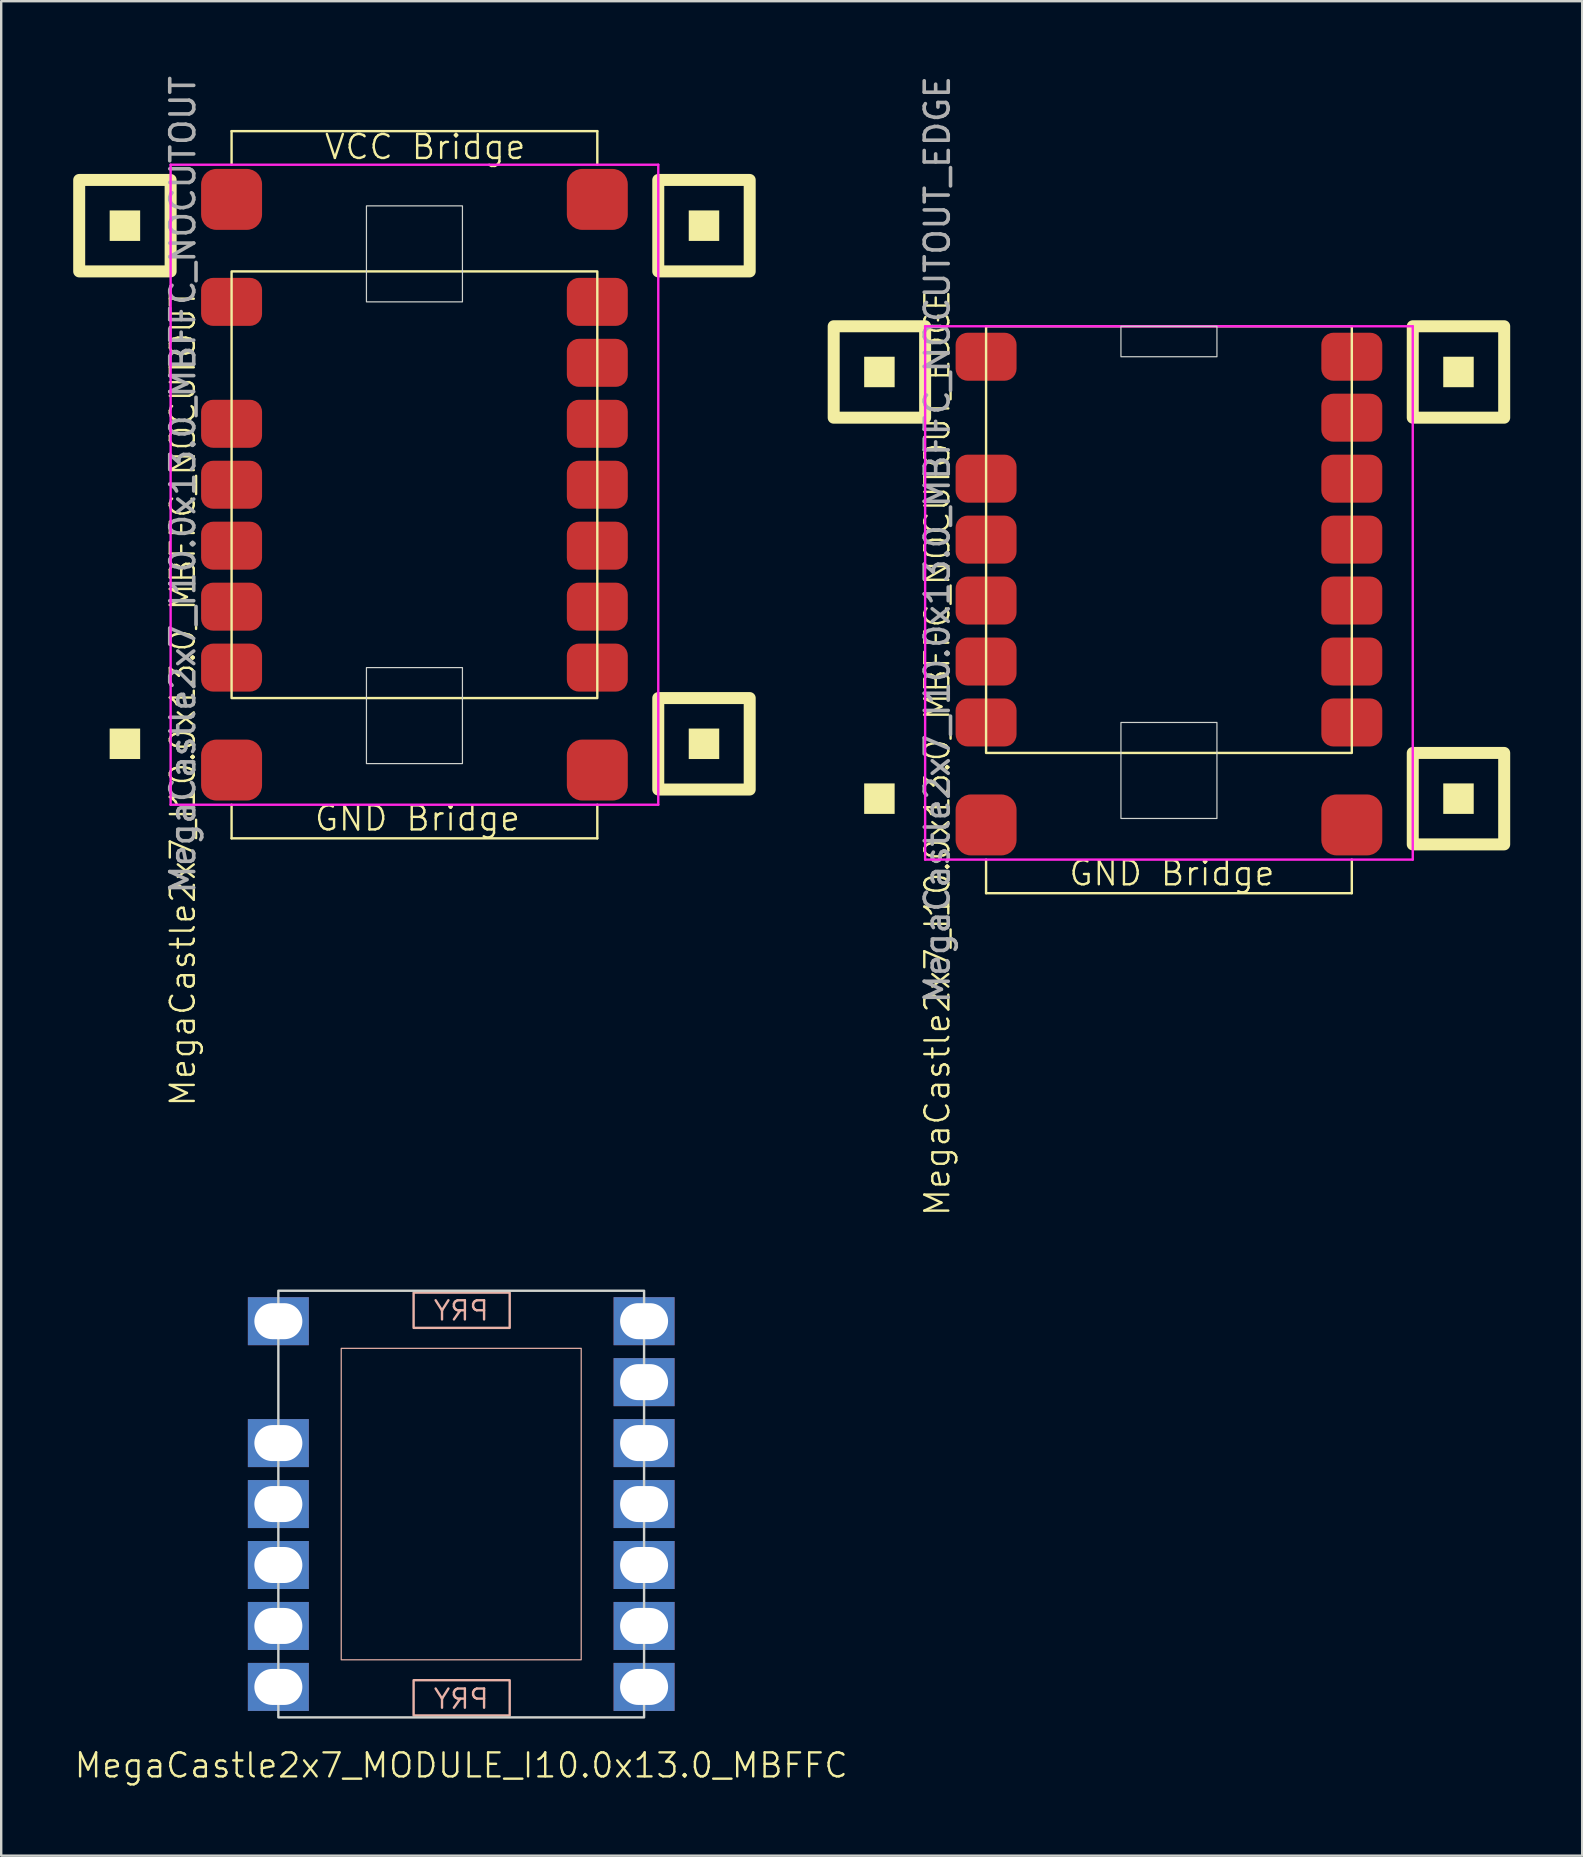
<source format=kicad_pcb>
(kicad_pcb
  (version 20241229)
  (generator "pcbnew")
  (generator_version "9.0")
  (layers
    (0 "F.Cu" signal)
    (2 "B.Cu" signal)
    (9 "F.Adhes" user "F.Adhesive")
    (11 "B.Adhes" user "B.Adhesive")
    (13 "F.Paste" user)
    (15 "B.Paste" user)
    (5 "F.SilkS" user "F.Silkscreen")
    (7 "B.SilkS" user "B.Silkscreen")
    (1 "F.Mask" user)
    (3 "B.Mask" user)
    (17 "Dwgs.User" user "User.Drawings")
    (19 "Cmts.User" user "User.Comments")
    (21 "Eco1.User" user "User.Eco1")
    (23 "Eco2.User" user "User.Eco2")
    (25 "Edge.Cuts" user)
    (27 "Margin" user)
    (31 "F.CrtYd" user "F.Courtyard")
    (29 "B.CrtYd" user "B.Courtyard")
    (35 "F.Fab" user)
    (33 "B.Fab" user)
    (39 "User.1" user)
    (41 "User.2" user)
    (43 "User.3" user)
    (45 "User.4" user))
  (footprint "MegaCastle2x7_I10.0x13.0_MBFFC_NOCUTOUT_EDGE"
    (layer "F.Cu")
    (at 45.66 19.435)
    (property "Reference" "MegaCastle2x7_I10.0x13.0_MBFFC_NOCUTOUT_EDGE" (at -9.652 8.89 90) (unlocked yes) (layer "F.SilkS") (effects (font (size 1 1) (thickness 0.1))))
    (attr smd)
    (fp_line (start -7.62 13.335) (end -7.62 14.735) (stroke (width 0.1) (type default)) (layer "F.SilkS"))
    (fp_line (start -7.62 14.735) (end 7.62 14.735) (stroke (width 0.1) (type default)) (layer "F.SilkS"))
    (fp_line (start 7.62 13.335) (end 7.62 14.735) (stroke (width 0.1) (type default)) (layer "F.SilkS"))
    (fp_rect (start -11.43 -6.35) (end -12.7 -7.62) (stroke (width 0) (type solid)) (fill yes) (layer "F.SilkS"))
    (fp_rect (start -11.43 11.43) (end -12.7 10.16) (stroke (width 0) (type solid)) (fill yes) (layer "F.SilkS"))
    (fp_rect (start -10.16 -5.08) (end -13.97 -8.89) (stroke (width 0.5) (type default)) (fill no) (layer "F.SilkS"))
    (fp_rect (start -7.62 -8.89) (end 7.62 8.89) (stroke (width 0.1) (type default)) (fill no) (layer "F.SilkS"))
    (fp_rect (start 12.7 -6.35) (end 11.43 -7.62) (stroke (width 0) (type solid)) (fill yes) (layer "F.SilkS"))
    (fp_rect (start 12.7 11.43) (end 11.43 10.16) (stroke (width 0) (type solid)) (fill yes) (layer "F.SilkS"))
    (fp_rect (start 13.97 -5.08) (end 10.16 -8.89) (stroke (width 0.5) (type default)) (fill no) (layer "F.SilkS"))
    (fp_rect (start 13.97 12.7) (end 10.16 8.89) (stroke (width 0.5) (type default)) (fill no) (layer "F.SilkS"))
    (fp_rect (start -2 -7.62) (end 2 -8.89) (stroke (width 0.05) (type default)) (fill no) (layer "Edge.Cuts"))
    (fp_rect (start -2 7.62) (end 2 11.62) (stroke (width 0.05) (type default)) (fill no) (layer "Edge.Cuts"))
    (fp_line (start -10.16 -8.89) (end -10.16 13.335) (stroke (width 0.1) (type default)) (layer "F.CrtYd"))
    (fp_line (start -10.16 13.335) (end 10.16 13.335) (stroke (width 0.1) (type default)) (layer "F.CrtYd"))
    (fp_line (start 10.16 -8.89) (end -10.16 -8.89) (stroke (width 0.1) (type default)) (layer "F.CrtYd"))
    (fp_line (start 10.16 -8.89) (end 10.16 13.335) (stroke (width 0.1) (type default)) (layer "F.CrtYd"))
    (fp_text user "GND Bridge" (at -4.226 14.49 0) (unlocked yes) (layer "F.SilkS") (effects (font (size 1 1) (thickness 0.1)) (justify left bottom)))
    (fp_text user "${REFERENCE}" (at -9.652 0 90) (unlocked yes) (layer "F.Fab") (effects (font (size 1 1) (thickness 0.15))))
    (pad "1" smd roundrect (at -7.62 -7.62) (size 2.54 2) (layers "F.Cu" "F.Mask" "F.Paste") (roundrect_rratio 0.25))
    (pad "3" smd roundrect (at -7.62 -2.54) (size 2.54 2) (layers "F.Cu" "F.Mask" "F.Paste") (roundrect_rratio 0.25))
    (pad "4" smd roundrect (at -7.62 0) (size 2.54 2) (layers "F.Cu" "F.Mask" "F.Paste") (roundrect_rratio 0.25))
    (pad "5" smd roundrect (at -7.62 2.54) (size 2.54 2) (layers "F.Cu" "F.Mask" "F.Paste") (roundrect_rratio 0.25))
    (pad "6" smd roundrect (at -7.62 5.08) (size 2.54 2) (layers "F.Cu" "F.Mask" "F.Paste") (roundrect_rratio 0.25))
    (pad "7" smd roundrect (at -7.62 7.62) (size 2.54 2) (layers "F.Cu" "F.Mask" "F.Paste") (roundrect_rratio 0.25))
    (pad "8" smd roundrect (at 7.62 -7.62) (size 2.54 2) (layers "F.Cu" "F.Mask" "F.Paste") (roundrect_rratio 0.25))
    (pad "9" smd roundrect (at 7.62 -5.08) (size 2.54 2) (layers "F.Cu" "F.Mask" "F.Paste") (roundrect_rratio 0.25))
    (pad "10" smd roundrect (at 7.62 -2.54) (size 2.54 2) (layers "F.Cu" "F.Mask" "F.Paste") (roundrect_rratio 0.25))
    (pad "11" smd roundrect (at 7.62 0) (size 2.54 2) (layers "F.Cu" "F.Mask" "F.Paste") (roundrect_rratio 0.25))
    (pad "12" smd roundrect (at 7.62 2.54) (size 2.54 2) (layers "F.Cu" "F.Mask" "F.Paste") (roundrect_rratio 0.25))
    (pad "13" smd roundrect (at 7.62 5.08) (size 2.54 2) (layers "F.Cu" "F.Mask" "F.Paste") (roundrect_rratio 0.25))
    (pad "14" smd roundrect (at 7.62 7.62) (size 2.54 2) (layers "F.Cu" "F.Mask" "F.Paste") (roundrect_rratio 0.25))
    (pad "B1" smd roundrect (at -7.62 11.89) (size 2.54 2.54) (layers "F.Cu" "F.Mask" "F.Paste") (roundrect_rratio 0.25))
    (pad "B2" smd roundrect (at 7.62 11.89) (size 2.54 2.54) (layers "F.Cu" "F.Mask" "F.Paste") (roundrect_rratio 0.25)))
  (footprint "MegaCastle2x7_I10.0x13.0_MBFFC_NOCUTOUT"
    (layer "F.Cu")
    (at 14.22 17.149)
    (property "Reference" "MegaCastle2x7_I10.0x13.0_MBFFC_NOCUTOUT" (at -9.652 8.89 90) (unlocked yes) (layer "F.SilkS") (effects (font (size 1 1) (thickness 0.1))))
    (attr smd)
    (fp_line (start -7.62 -14.735) (end 7.62 -14.735) (stroke (width 0.1) (type default)) (layer "F.SilkS"))
    (fp_line (start -7.62 -13.335) (end -7.62 -14.735) (stroke (width 0.1) (type default)) (layer "F.SilkS"))
    (fp_line (start -7.62 13.335) (end -7.62 14.735) (stroke (width 0.1) (type default)) (layer "F.SilkS"))
    (fp_line (start -7.62 14.735) (end 7.62 14.735) (stroke (width 0.1) (type default)) (layer "F.SilkS"))
    (fp_line (start 7.62 -13.335) (end 7.62 -14.735) (stroke (width 0.1) (type default)) (layer "F.SilkS"))
    (fp_line (start 7.62 13.335) (end 7.62 14.735) (stroke (width 0.1) (type default)) (layer "F.SilkS"))
    (fp_rect (start -11.43 -10.16) (end -12.7 -11.43) (stroke (width 0) (type solid)) (fill yes) (layer "F.SilkS"))
    (fp_rect (start -11.43 11.43) (end -12.7 10.16) (stroke (width 0) (type solid)) (fill yes) (layer "F.SilkS"))
    (fp_rect (start -10.16 -8.89) (end -13.97 -12.7) (stroke (width 0.5) (type default)) (fill no) (layer "F.SilkS"))
    (fp_rect (start -7.62 -8.89) (end 7.62 8.89) (stroke (width 0.1) (type default)) (fill no) (layer "F.SilkS"))
    (fp_rect (start 12.7 -10.16) (end 11.43 -11.43) (stroke (width 0) (type solid)) (fill yes) (layer "F.SilkS"))
    (fp_rect (start 12.7 11.43) (end 11.43 10.16) (stroke (width 0) (type solid)) (fill yes) (layer "F.SilkS"))
    (fp_rect (start 13.97 -8.89) (end 10.16 -12.7) (stroke (width 0.5) (type default)) (fill no) (layer "F.SilkS"))
    (fp_rect (start 13.97 12.7) (end 10.16 8.89) (stroke (width 0.5) (type default)) (fill no) (layer "F.SilkS"))
    (fp_rect (start -2 -7.62) (end 2 -11.62) (stroke (width 0.05) (type default)) (fill no) (layer "Edge.Cuts"))
    (fp_rect (start -2 7.62) (end 2 11.62) (stroke (width 0.05) (type default)) (fill no) (layer "Edge.Cuts"))
    (fp_line (start -10.16 -13.335) (end -10.16 13.335) (stroke (width 0.1) (type default)) (layer "F.CrtYd"))
    (fp_line (start -10.16 13.335) (end 10.16 13.335) (stroke (width 0.1) (type default)) (layer "F.CrtYd"))
    (fp_line (start 10.16 -13.335) (end -10.16 -13.335) (stroke (width 0.1) (type default)) (layer "F.CrtYd"))
    (fp_line (start 10.16 -13.335) (end 10.16 13.335) (stroke (width 0.1) (type default)) (layer "F.CrtYd"))
    (fp_text user "GND Bridge" (at -4.226 14.49 0) (unlocked yes) (layer "F.SilkS") (effects (font (size 1 1) (thickness 0.1)) (justify left bottom)))
    (fp_text user "VCC Bridge" (at -3.81 -13.49 0) (unlocked yes) (layer "F.SilkS") (effects (font (size 1 1) (thickness 0.1)) (justify left bottom)))
    (fp_text user "${REFERENCE}" (at -9.652 0 90) (unlocked yes) (layer "F.Fab") (effects (font (size 1 1) (thickness 0.15))))
    (pad "1" smd roundrect (at -7.62 -7.62) (size 2.54 2) (layers "F.Cu" "F.Mask" "F.Paste") (roundrect_rratio 0.25))
    (pad "3" smd roundrect (at -7.62 -2.54) (size 2.54 2) (layers "F.Cu" "F.Mask" "F.Paste") (roundrect_rratio 0.25))
    (pad "4" smd roundrect (at -7.62 0) (size 2.54 2) (layers "F.Cu" "F.Mask" "F.Paste") (roundrect_rratio 0.25))
    (pad "5" smd roundrect (at -7.62 2.54) (size 2.54 2) (layers "F.Cu" "F.Mask" "F.Paste") (roundrect_rratio 0.25))
    (pad "6" smd roundrect (at -7.62 5.08) (size 2.54 2) (layers "F.Cu" "F.Mask" "F.Paste") (roundrect_rratio 0.25))
    (pad "7" smd roundrect (at -7.62 7.62) (size 2.54 2) (layers "F.Cu" "F.Mask" "F.Paste") (roundrect_rratio 0.25))
    (pad "8" smd roundrect (at 7.62 -7.62) (size 2.54 2) (layers "F.Cu" "F.Mask" "F.Paste") (roundrect_rratio 0.25))
    (pad "9" smd roundrect (at 7.62 -5.08) (size 2.54 2) (layers "F.Cu" "F.Mask" "F.Paste") (roundrect_rratio 0.25))
    (pad "10" smd roundrect (at 7.62 -2.54) (size 2.54 2) (layers "F.Cu" "F.Mask" "F.Paste") (roundrect_rratio 0.25))
    (pad "11" smd roundrect (at 7.62 0) (size 2.54 2) (layers "F.Cu" "F.Mask" "F.Paste") (roundrect_rratio 0.25))
    (pad "12" smd roundrect (at 7.62 2.54) (size 2.54 2) (layers "F.Cu" "F.Mask" "F.Paste") (roundrect_rratio 0.25))
    (pad "13" smd roundrect (at 7.62 5.08) (size 2.54 2) (layers "F.Cu" "F.Mask" "F.Paste") (roundrect_rratio 0.25))
    (pad "14" smd roundrect (at 7.62 7.62) (size 2.54 2) (layers "F.Cu" "F.Mask" "F.Paste") (roundrect_rratio 0.25))
    (pad "A1" smd roundrect (at -7.62 -11.89) (size 2.54 2.54) (layers "F.Cu" "F.Mask" "F.Paste") (roundrect_rratio 0.25))
    (pad "A2" smd roundrect (at 7.62 -11.89) (size 2.54 2.54) (layers "F.Cu" "F.Mask" "F.Paste") (roundrect_rratio 0.25))
    (pad "B1" smd roundrect (at -7.62 11.89) (size 2.54 2.54) (layers "F.Cu" "F.Mask" "F.Paste") (roundrect_rratio 0.25))
    (pad "B2" smd roundrect (at 7.62 11.89) (size 2.54 2.54) (layers "F.Cu" "F.Mask" "F.Paste") (roundrect_rratio 0.25)))
  (footprint "MegaCastle2x7_MODULE_I10.0x13.0_MBFFC"
    (layer "F.Cu")
    (at 16.169 59.624)
    (property "Reference" "MegaCastle2x7_MODULE_I10.0x13.0_MBFFC" (at 0 10.89 0) (unlocked yes) (layer "F.SilkS") (effects (font (size 1 1) (thickness 0.1))))
    (attr smd)
    (fp_rect (start -5 6.49) (end 5 -6.49) (stroke (width 0.05) (type default)) (fill no) (layer "B.SilkS"))
    (fp_rect (start -1.984 -7.341) (end 2.02 -8.81) (stroke (width 0.1) (type default)) (fill no) (layer "B.SilkS"))
    (fp_rect (start -1.984 7.341) (end 2.02 8.81) (stroke (width 0.1) (type default)) (fill no) (layer "B.SilkS"))
    (fp_rect (start -7.62 8.89) (end 7.62 -8.89) (stroke (width 0.1) (type default)) (fill no) (layer "Edge.Cuts"))
    (fp_text user "PRY" (at 0 -7.59 0) (unlocked yes) (layer "B.SilkS") (effects (font (size 0.8 0.8) (thickness 0.1)) (justify bottom mirror)))
    (fp_text user "PRY" (at 0 8.59 0) (unlocked yes) (layer "B.SilkS") (effects (font (size 0.8 0.8) (thickness 0.1)) (justify bottom mirror)))
    (pad "1" thru_hole rect (at -7.62 -7.62) (size 2.54 2) (drill oval 2 1.5) (property pad_prop_castellated) (layers "*.Cu" "*.Mask"))
    (pad "3" thru_hole rect (at -7.62 -2.54) (size 2.54 2) (drill oval 2 1.5) (property pad_prop_castellated) (layers "*.Cu" "*.Mask"))
    (pad "4" thru_hole rect (at -7.62 0) (size 2.54 2) (drill oval 2 1.5) (property pad_prop_castellated) (layers "*.Cu" "*.Mask"))
    (pad "5" thru_hole rect (at -7.62 2.54) (size 2.54 2) (drill oval 2 1.5) (property pad_prop_castellated) (layers "*.Cu" "*.Mask"))
    (pad "6" thru_hole rect (at -7.62 5.08) (size 2.54 2) (drill oval 2 1.5) (property pad_prop_castellated) (layers "*.Cu" "*.Mask"))
    (pad "7" thru_hole rect (at -7.62 7.62) (size 2.54 2) (drill oval 2 1.5) (property pad_prop_castellated) (layers "*.Cu" "*.Mask"))
    (pad "8" thru_hole rect (at 7.62 -7.62) (size 2.54 2) (drill oval 2 1.5) (property pad_prop_castellated) (layers "*.Cu" "*.Mask"))
    (pad "9" thru_hole rect (at 7.62 -5.08) (size 2.54 2) (drill oval 2 1.5) (property pad_prop_castellated) (layers "*.Cu" "*.Mask"))
    (pad "10" thru_hole rect (at 7.62 -2.54) (size 2.54 2) (drill oval 2 1.5) (property pad_prop_castellated) (layers "*.Cu" "*.Mask"))
    (pad "11" thru_hole rect (at 7.62 0) (size 2.54 2) (drill oval 2 1.5) (property pad_prop_castellated) (layers "*.Cu" "*.Mask"))
    (pad "12" thru_hole rect (at 7.62 2.54) (size 2.54 2) (drill oval 2 1.5) (property pad_prop_castellated) (layers "*.Cu" "*.Mask"))
    (pad "13" thru_hole rect (at 7.62 5.08) (size 2.54 2) (drill oval 2 1.5) (property pad_prop_castellated) (layers "*.Cu" "*.Mask"))
    (pad "14" thru_hole rect (at 7.62 7.62) (size 2.54 2) (drill oval 2 1.5) (property pad_prop_castellated) (layers "*.Cu" "*.Mask"))
    (zone (net_name "") (layer "B.Cu") (hatch edge 0.5) (connect_pads) (min_thickness 0.25) (filled_areas_thickness no) (keepout (tracks allowed) (vias allowed) (pads allowed) (copperpour allowed) (footprints not_allowed)) (placement (enabled no)) (fill) (polygon (pts (xy 8.549 68.514) (xy 8.549 50.734) (xy 11.169 50.734) (xy 11.169 68.514))))
    (zone (net_name "") (layer "B.Cu") (hatch edge 0.5) (connect_pads) (min_thickness 0.25) (filled_areas_thickness no) (keepout (tracks allowed) (vias allowed) (pads allowed) (copperpour allowed) (footprints not_allowed)) (placement (enabled no)) (fill) (polygon (pts (xy 11.169 50.734) (xy 11.169 53.134) (xy 21.169 53.134) (xy 21.169 50.734))))
    (zone (net_name "") (layer "B.Cu") (hatch edge 0.5) (connect_pads) (min_thickness 0.25) (filled_areas_thickness no) (keepout (tracks allowed) (vias allowed) (pads allowed) (copperpour allowed) (footprints not_allowed)) (placement (enabled no)) (fill) (polygon (pts (xy 11.169 68.514) (xy 11.169 66.114) (xy 21.169 66.114) (xy 21.169 68.514))))
    (zone (net_name "") (layer "B.Cu") (name "Upper Pry Zone") (hatch edge 0.5) (connect_pads) (min_thickness 0.25) (filled_areas_thickness no) (keepout (tracks not_allowed) (vias not_allowed) (pads not_allowed) (copperpour allowed) (footprints not_allowed)) (placement (enabled no)) (fill) (polygon (pts (xy 14.185 52.283) (xy 14.185 50.814) (xy 18.189 50.814) (xy 18.189 52.283))))
    (zone (net_name "") (layer "B.Cu") (name "Upper Pry Zone") (hatch edge 0.5) (connect_pads) (min_thickness 0.25) (filled_areas_thickness no) (keepout (tracks not_allowed) (vias not_allowed) (pads not_allowed) (copperpour allowed) (footprints not_allowed)) (placement (enabled no)) (fill) (polygon (pts (xy 14.185 66.965) (xy 14.185 68.434) (xy 18.189 68.434) (xy 18.189 66.965))))
    (zone (net_name "") (layer "B.Cu") (hatch edge 0.5) (connect_pads) (min_thickness 0.25) (filled_areas_thickness no) (keepout (tracks allowed) (vias allowed) (pads allowed) (copperpour allowed) (footprints not_allowed)) (placement (enabled no)) (fill) (polygon (pts (xy 23.789 68.514) (xy 23.789 50.734) (xy 21.169 50.734) (xy 21.169 68.514)))))
  (gr_rect
    (start -3 -3)
    (end 62.88 74.275)
    (stroke (width 0.1) (type default))
    (fill no)
    (layer "Edge.Cuts")))
</source>
